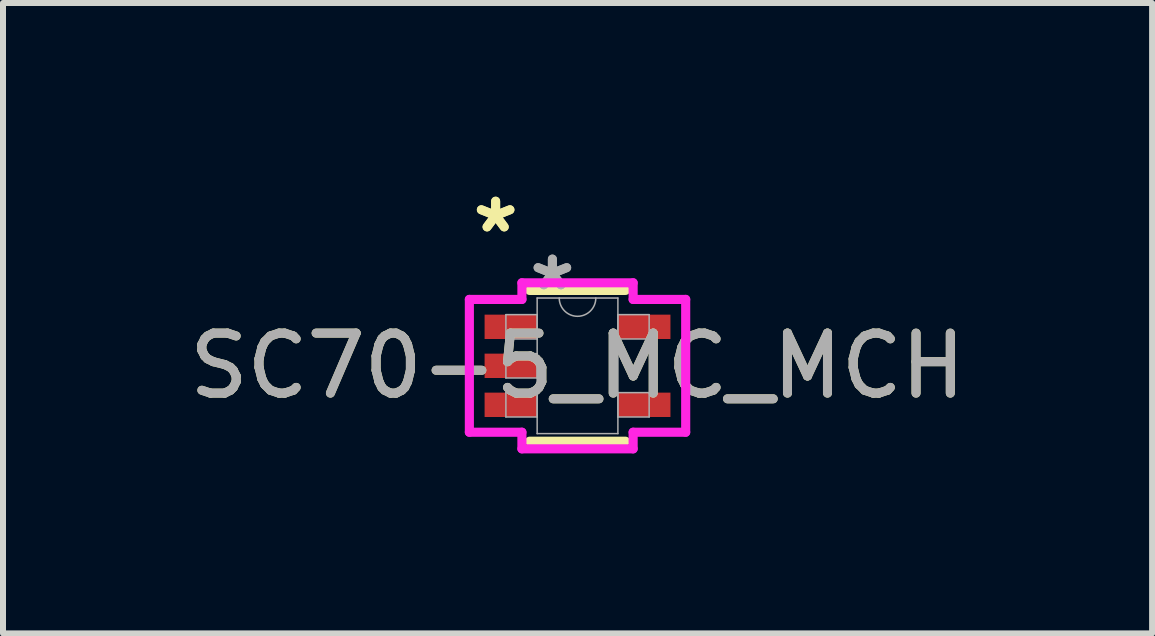
<source format=kicad_pcb>
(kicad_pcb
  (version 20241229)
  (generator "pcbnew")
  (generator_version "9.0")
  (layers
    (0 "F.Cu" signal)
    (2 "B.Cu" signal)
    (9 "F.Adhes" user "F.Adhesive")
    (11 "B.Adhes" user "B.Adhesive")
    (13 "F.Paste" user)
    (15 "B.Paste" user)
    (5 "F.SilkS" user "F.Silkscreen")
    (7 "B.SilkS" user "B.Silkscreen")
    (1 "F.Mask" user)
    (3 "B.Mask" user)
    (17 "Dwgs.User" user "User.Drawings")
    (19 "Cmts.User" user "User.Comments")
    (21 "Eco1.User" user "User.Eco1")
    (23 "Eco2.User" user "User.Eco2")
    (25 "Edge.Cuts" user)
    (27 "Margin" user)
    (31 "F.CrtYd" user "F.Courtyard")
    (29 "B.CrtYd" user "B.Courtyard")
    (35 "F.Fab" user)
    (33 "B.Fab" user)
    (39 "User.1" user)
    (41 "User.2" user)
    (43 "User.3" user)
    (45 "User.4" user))
  (footprint "SC70-5_MC_MCH"
    (layer "F.Cu")
    (at 6.577 3.048)
    (property "Reference" "SC70-5_MC_MCH" (at 0 0 0) (unlocked yes) (layer "F.SilkS") (effects (font (size 1 1) (thickness 0.15))))
    (attr smd)
    (fp_line (start -0.8 1.257) (end 0.8 1.257) (stroke (width 0.152) (type solid)) (layer "F.SilkS"))
    (fp_line (start 0.8 -1.257) (end -0.8 -1.257) (stroke (width 0.152) (type solid)) (layer "F.SilkS"))
    (fp_line (start -1.803 -1.107) (end -0.927 -1.107) (stroke (width 0.152) (type solid)) (layer "F.CrtYd"))
    (fp_line (start -1.803 1.107) (end -1.803 -1.107) (stroke (width 0.152) (type solid)) (layer "F.CrtYd"))
    (fp_line (start -0.927 -1.384) (end 0.927 -1.384) (stroke (width 0.152) (type solid)) (layer "F.CrtYd"))
    (fp_line (start -0.927 -1.107) (end -0.927 -1.384) (stroke (width 0.152) (type solid)) (layer "F.CrtYd"))
    (fp_line (start -0.927 1.107) (end -1.803 1.107) (stroke (width 0.152) (type solid)) (layer "F.CrtYd"))
    (fp_line (start -0.927 1.384) (end -0.927 1.107) (stroke (width 0.152) (type solid)) (layer "F.CrtYd"))
    (fp_line (start 0.927 -1.384) (end 0.927 -1.107) (stroke (width 0.152) (type solid)) (layer "F.CrtYd"))
    (fp_line (start 0.927 -1.107) (end 1.803 -1.107) (stroke (width 0.152) (type solid)) (layer "F.CrtYd"))
    (fp_line (start 0.927 1.107) (end 0.927 1.384) (stroke (width 0.152) (type solid)) (layer "F.CrtYd"))
    (fp_line (start 0.927 1.384) (end -0.927 1.384) (stroke (width 0.152) (type solid)) (layer "F.CrtYd"))
    (fp_line (start 1.803 -1.107) (end 1.803 1.107) (stroke (width 0.152) (type solid)) (layer "F.CrtYd"))
    (fp_line (start 1.803 1.107) (end 0.927 1.107) (stroke (width 0.152) (type solid)) (layer "F.CrtYd"))
    (fp_line (start -1.194 -0.853) (end -1.194 -0.447) (stroke (width 0.025) (type solid)) (layer "F.Fab"))
    (fp_line (start -1.194 -0.447) (end -0.673 -0.447) (stroke (width 0.025) (type solid)) (layer "F.Fab"))
    (fp_line (start -1.194 -0.203) (end -1.194 0.203) (stroke (width 0.025) (type solid)) (layer "F.Fab"))
    (fp_line (start -1.194 0.203) (end -0.673 0.203) (stroke (width 0.025) (type solid)) (layer "F.Fab"))
    (fp_line (start -1.194 0.447) (end -1.194 0.853) (stroke (width 0.025) (type solid)) (layer "F.Fab"))
    (fp_line (start -1.194 0.853) (end -0.673 0.853) (stroke (width 0.025) (type solid)) (layer "F.Fab"))
    (fp_line (start -0.673 -1.13) (end -0.673 1.13) (stroke (width 0.025) (type solid)) (layer "F.Fab"))
    (fp_line (start -0.673 -0.853) (end -1.194 -0.853) (stroke (width 0.025) (type solid)) (layer "F.Fab"))
    (fp_line (start -0.673 -0.447) (end -0.673 -0.853) (stroke (width 0.025) (type solid)) (layer "F.Fab"))
    (fp_line (start -0.673 -0.203) (end -1.194 -0.203) (stroke (width 0.025) (type solid)) (layer "F.Fab"))
    (fp_line (start -0.673 0.203) (end -0.673 -0.203) (stroke (width 0.025) (type solid)) (layer "F.Fab"))
    (fp_line (start -0.673 0.447) (end -1.194 0.447) (stroke (width 0.025) (type solid)) (layer "F.Fab"))
    (fp_line (start -0.673 0.853) (end -0.673 0.447) (stroke (width 0.025) (type solid)) (layer "F.Fab"))
    (fp_line (start -0.673 1.13) (end 0.673 1.13) (stroke (width 0.025) (type solid)) (layer "F.Fab"))
    (fp_line (start 0.673 -1.13) (end -0.673 -1.13) (stroke (width 0.025) (type solid)) (layer "F.Fab"))
    (fp_line (start 0.673 -0.853) (end 0.673 -0.447) (stroke (width 0.025) (type solid)) (layer "F.Fab"))
    (fp_line (start 0.673 -0.447) (end 1.194 -0.447) (stroke (width 0.025) (type solid)) (layer "F.Fab"))
    (fp_line (start 0.673 0.447) (end 0.673 0.853) (stroke (width 0.025) (type solid)) (layer "F.Fab"))
    (fp_line (start 0.673 0.853) (end 1.194 0.853) (stroke (width 0.025) (type solid)) (layer "F.Fab"))
    (fp_line (start 0.673 1.13) (end 0.673 -1.13) (stroke (width 0.025) (type solid)) (layer "F.Fab"))
    (fp_line (start 1.194 -0.853) (end 0.673 -0.853) (stroke (width 0.025) (type solid)) (layer "F.Fab"))
    (fp_line (start 1.194 -0.447) (end 1.194 -0.853) (stroke (width 0.025) (type solid)) (layer "F.Fab"))
    (fp_line (start 1.194 0.447) (end 0.673 0.447) (stroke (width 0.025) (type solid)) (layer "F.Fab"))
    (fp_line (start 1.194 0.853) (end 1.194 0.447) (stroke (width 0.025) (type solid)) (layer "F.Fab"))
    (fp_arc (start 0.3048 -1.1303) (mid 0 -0.8255) (end -0.3048 -1.1303) (stroke (width 0.0254) (type solid)) (layer "F.Fab"))
    (fp_text user "*" (at -1.365 -2.199 0) (unlocked yes) (layer "F.SilkS") (effects (font (size 1 1) (thickness 0.15))))
    (fp_text user "*" (at -1.365 -2.199 0) (layer "F.SilkS") (effects (font (size 1 1) (thickness 0.15))))
    (fp_text user "*" (at -0.419 -1.234 0) (layer "F.Fab") (effects (font (size 1 1) (thickness 0.15))))
    (fp_text user "${REFERENCE}" (at 0 0 0) (unlocked yes) (layer "F.Fab") (effects (font (size 1 1) (thickness 0.15))))
    (fp_text user "*" (at -0.419 -1.234 0) (unlocked yes) (layer "F.Fab") (effects (font (size 1 1) (thickness 0.15))))
    (pad "1" smd rect (at -1.111 -0.65) (size 0.876 0.406) (layers "F.Cu" "F.Mask" "F.Paste"))
    (pad "2" smd rect (at -1.111 0) (size 0.876 0.406) (layers "F.Cu" "F.Mask" "F.Paste"))
    (pad "3" smd rect (at -1.111 0.65) (size 0.876 0.406) (layers "F.Cu" "F.Mask" "F.Paste"))
    (pad "4" smd rect (at 1.111 0.65) (size 0.876 0.406) (layers "F.Cu" "F.Mask" "F.Paste"))
    (pad "5" smd rect (at 1.111 -0.65) (size 0.876 0.406) (layers "F.Cu" "F.Mask" "F.Paste")))
  (gr_rect
    (start -3 -3)
    (end 16.155 7.508)
    (stroke (width 0.1) (type default))
    (fill no)
    (layer "Edge.Cuts")))
</source>
